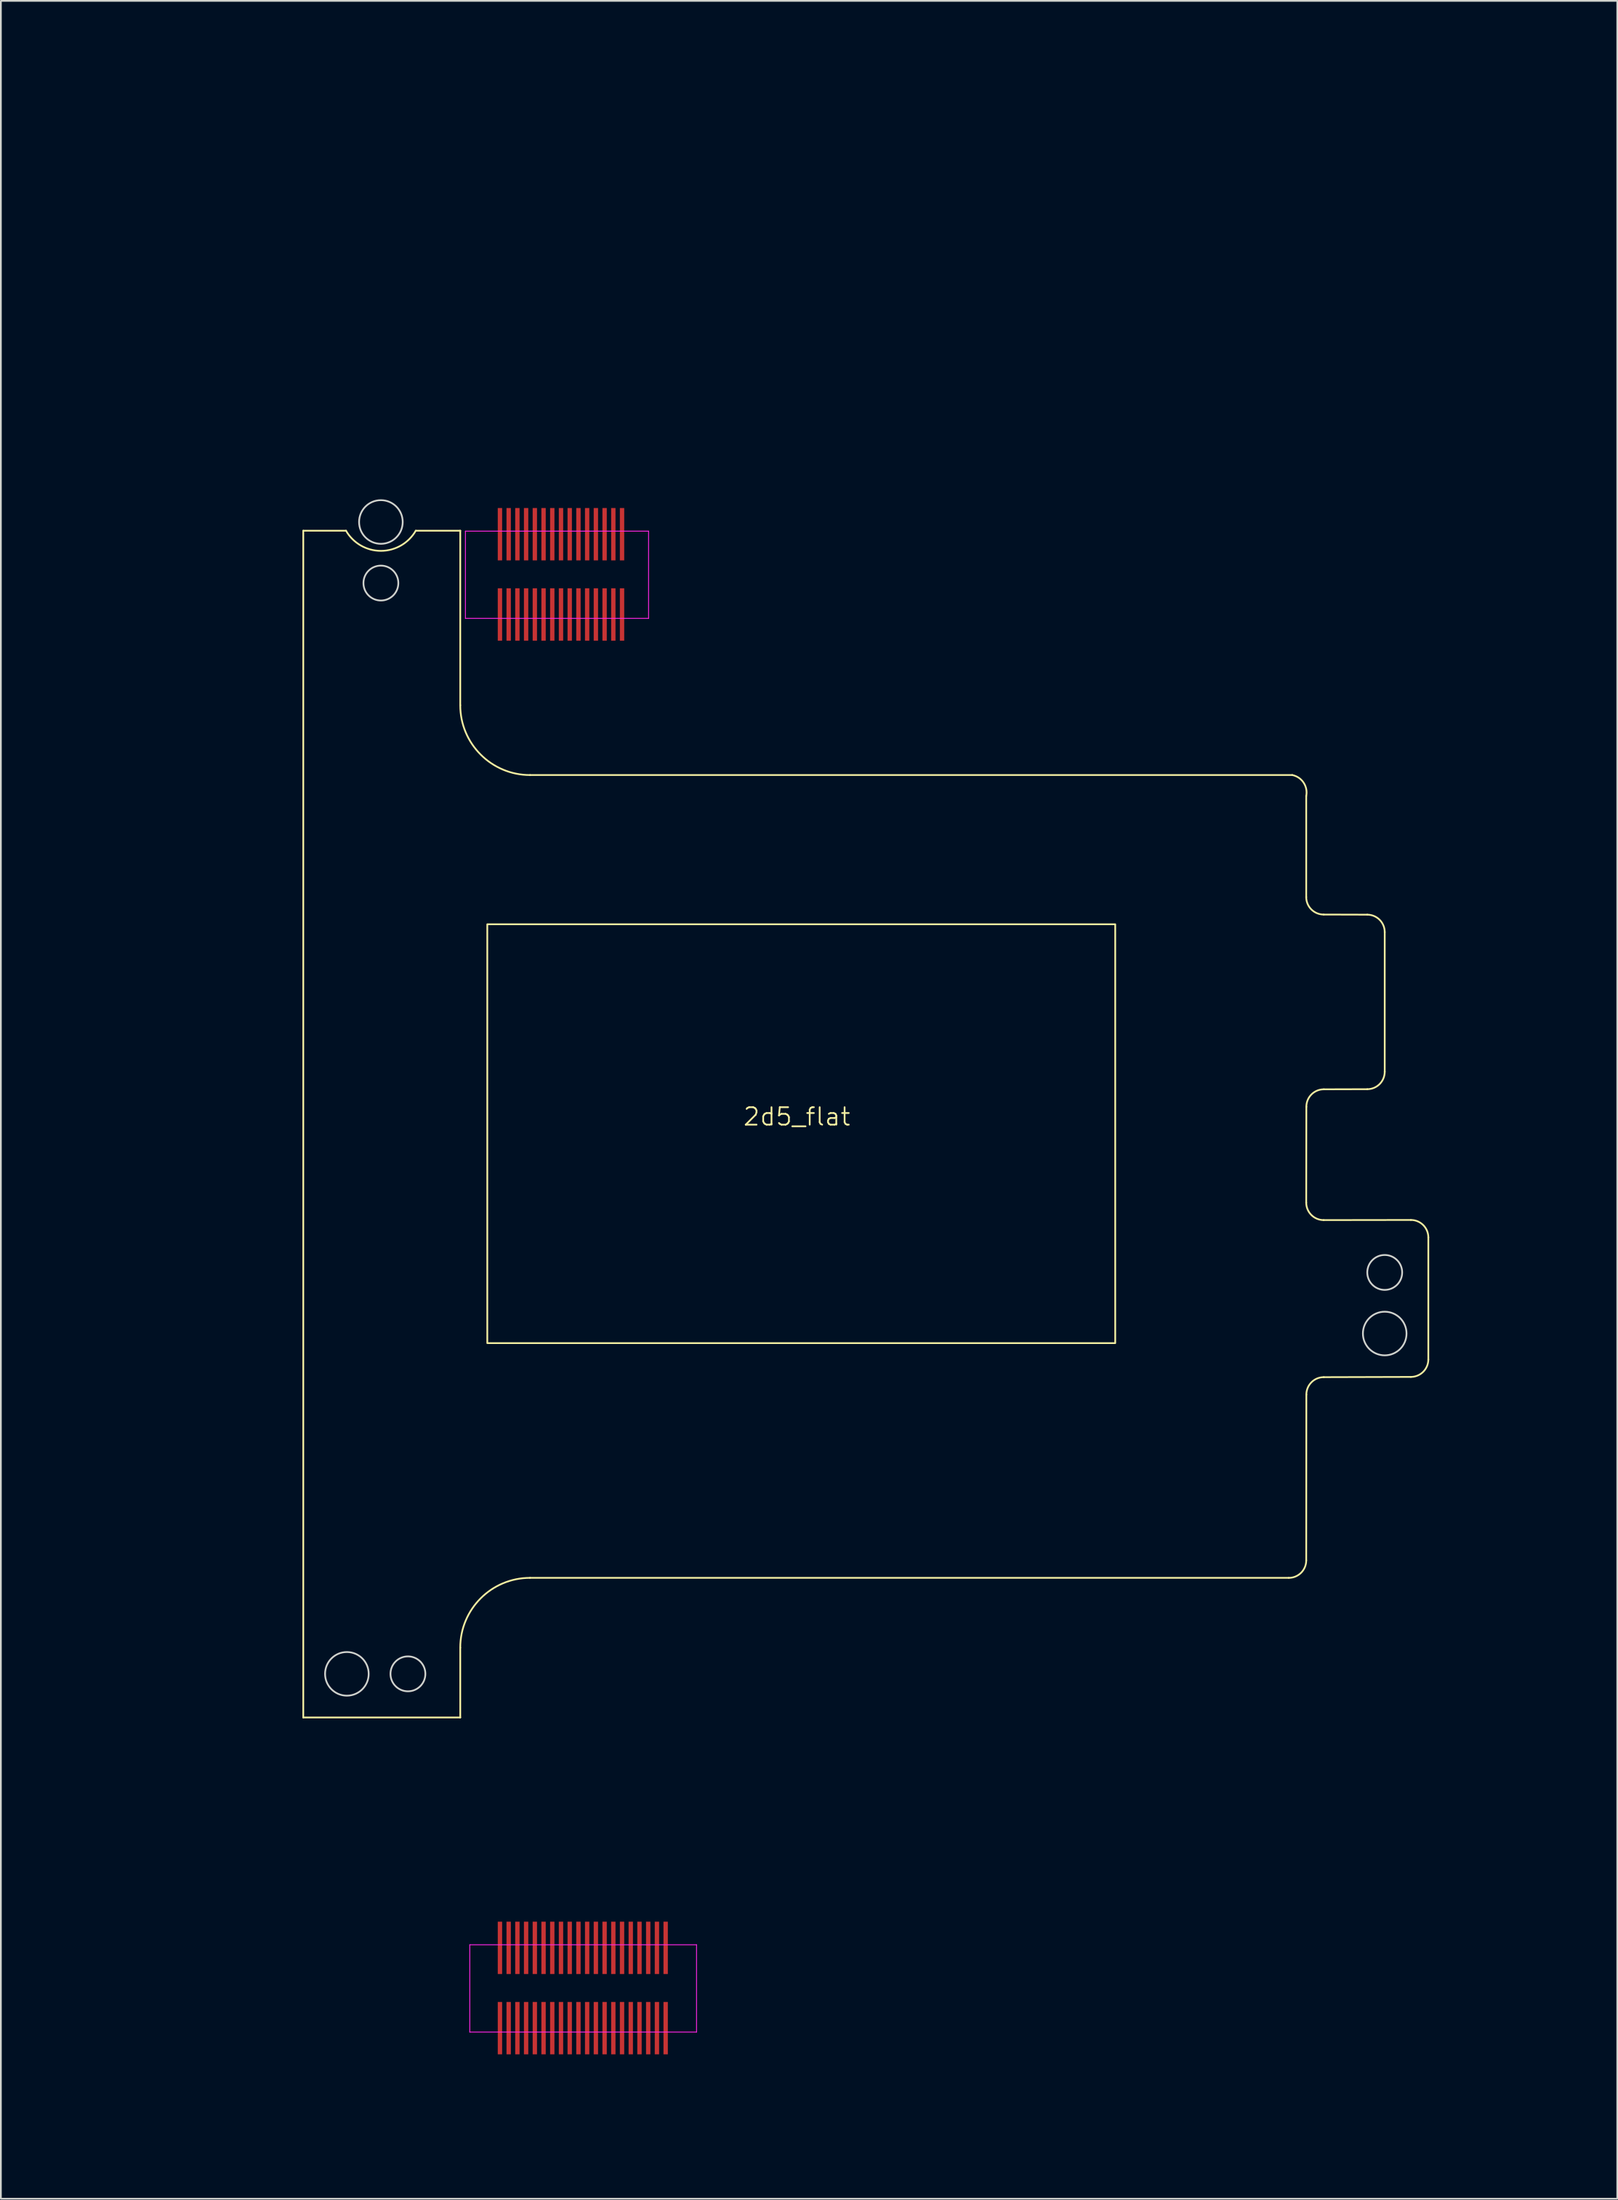
<source format=kicad_pcb>
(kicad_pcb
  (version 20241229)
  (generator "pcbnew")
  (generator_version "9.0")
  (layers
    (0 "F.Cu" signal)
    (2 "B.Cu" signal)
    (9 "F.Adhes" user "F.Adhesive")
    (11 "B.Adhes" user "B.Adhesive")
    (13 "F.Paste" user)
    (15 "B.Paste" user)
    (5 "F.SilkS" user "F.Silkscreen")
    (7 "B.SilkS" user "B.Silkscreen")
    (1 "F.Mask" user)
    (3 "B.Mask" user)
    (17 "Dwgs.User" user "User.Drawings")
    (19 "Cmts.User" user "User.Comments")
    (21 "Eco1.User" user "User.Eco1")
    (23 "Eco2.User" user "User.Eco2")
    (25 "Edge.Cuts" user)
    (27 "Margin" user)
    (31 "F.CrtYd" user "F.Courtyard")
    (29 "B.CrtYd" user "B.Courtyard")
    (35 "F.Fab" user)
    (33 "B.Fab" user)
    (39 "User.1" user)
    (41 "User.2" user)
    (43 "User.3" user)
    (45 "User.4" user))
  (footprint "2d5_flat"
    (layer "F.Cu")
    (at 42.883 61.883)
    (property "Reference" "2d5_flat" (at -0.25 -0.95 0) (unlocked yes) (layer "F.SilkS") (effects (font (size 1 1) (thickness 0.1))))
    (attr smd)
    (fp_line (start -28.546 -34.524) (end -26.096 -34.524) (stroke (width 0.1) (type default)) (layer "F.SilkS"))
    (fp_line (start -28.546 33.476) (end -28.546 -34.524) (stroke (width 0.1) (type default)) (layer "F.SilkS"))
    (fp_line (start -19.546 -34.524) (end -22.096 -34.524) (stroke (width 0.1) (type default)) (layer "F.SilkS"))
    (fp_line (start -19.546 -24.524) (end -19.546 -34.524) (stroke (width 0.1) (type default)) (layer "F.SilkS"))
    (fp_line (start -19.546 33.476) (end -28.546 33.476) (stroke (width 0.1) (type default)) (layer "F.SilkS"))
    (fp_line (start -19.546 33.476) (end -19.546 29.476) (stroke (width 0.1) (type default)) (layer "F.SilkS"))
    (fp_line (start -15.546 -20.524) (end 28.154 -20.524) (stroke (width 0.1) (type default)) (layer "F.SilkS"))
    (fp_line (start -15.546 25.476) (end 27.954 25.476) (stroke (width 0.1) (type default)) (layer "F.SilkS"))
    (fp_line (start 28.954 -19.324) (end 28.954 -13.531) (stroke (width 0.1) (type default)) (layer "F.SilkS"))
    (fp_line (start 28.961 14.976) (end 28.954 24.476) (stroke (width 0.1) (type default)) (layer "F.SilkS"))
    (fp_line (start 28.961 -1.517) (end 28.954 3.976) (stroke (width 0.1) (type default)) (layer "F.SilkS"))
    (fp_line (start 29.954 4.976) (end 34.954 4.969) (stroke (width 0.1) (type default)) (layer "F.SilkS"))
    (fp_line (start 29.954 -12.531) (end 32.454 -12.524) (stroke (width 0.1) (type default)) (layer "F.SilkS"))
    (fp_line (start 32.454 -2.524) (end 29.961 -2.517) (stroke (width 0.1) (type default)) (layer "F.SilkS"))
    (fp_line (start 33.454 -11.524) (end 33.454 -3.524) (stroke (width 0.1) (type default)) (layer "F.SilkS"))
    (fp_line (start 34.954 13.962) (end 29.961 13.976) (stroke (width 0.1) (type default)) (layer "F.SilkS"))
    (fp_line (start 35.954 5.969) (end 35.954 12.962) (stroke (width 0.1) (type default)) (layer "F.SilkS"))
    (fp_rect (start -17.996 -11.974) (end 18.004 12.026) (stroke (width 0.1) (type default)) (fill no) (layer "F.SilkS"))
    (fp_arc (start -22.096322 -34.524111) (mid -24.096322 -33.36941) (end -26.096322 -34.524111) (stroke (width 0.1) (type default)) (layer "F.SilkS"))
    (fp_arc (start -19.546322 29.475889) (mid -18.374749 26.647462) (end -15.546322 25.475889) (stroke (width 0.1) (type default)) (layer "F.SilkS"))
    (fp_arc (start -15.546322 -20.524111) (mid -18.374749 -21.695684) (end -19.546322 -24.524111) (stroke (width 0.1) (type default)) (layer "F.SilkS"))
    (fp_arc (start 28.15368 -20.52411) (mid 28.802206 -20.089795) (end 28.953677 -19.324111) (stroke (width 0.1) (type default)) (layer "F.SilkS"))
    (fp_arc (start 28.953682 24.475889) (mid 28.660789 25.182997) (end 27.953682 25.475889) (stroke (width 0.1) (type default)) (layer "F.SilkS"))
    (fp_arc (start 28.960784 14.975889) (mid 29.253678 14.268784) (end 29.960784 13.975889) (stroke (width 0.1) (type default)) (layer "F.SilkS"))
    (fp_arc (start 28.960785 -1.517005) (mid 29.253677 -2.224113) (end 29.960785 -2.517005) (stroke (width 0.1) (type default)) (layer "F.SilkS"))
    (fp_arc (start 29.953677 4.975889) (mid 29.246571 4.682995) (end 28.953677 3.975889) (stroke (width 0.1) (type default)) (layer "F.SilkS"))
    (fp_arc (start 29.953678 -12.531218) (mid 29.246574 -12.824112) (end 28.953678 -13.531218) (stroke (width 0.1) (type default)) (layer "F.SilkS"))
    (fp_arc (start 32.453678 -12.524111) (mid 33.160785 -12.231218) (end 33.453678 -11.524111) (stroke (width 0.1) (type default)) (layer "F.SilkS"))
    (fp_arc (start 33.453678 -3.524111) (mid 33.160785 -2.817004) (end 32.453678 -2.524111) (stroke (width 0.1) (type default)) (layer "F.SilkS"))
    (fp_arc (start 34.953678 4.968781) (mid 35.660788 5.261674) (end 35.953678 5.968781) (stroke (width 0.1) (type default)) (layer "F.SilkS"))
    (fp_arc (start 35.953678 12.961676) (mid 35.660789 13.668791) (end 34.953678 13.961676) (stroke (width 0.1) (type default)) (layer "F.SilkS"))
    (fp_circle (center -26.046 30.976) (end -26.046 29.726) (stroke (width 0.1) (type default)) (fill no) (layer "Edge.Cuts"))
    (fp_circle (center -24.096 -35.024) (end -22.846 -35.024) (stroke (width 0.1) (type default)) (fill no) (layer "Edge.Cuts"))
    (fp_circle (center -24.096 -31.524) (end -23.096 -31.524) (stroke (width 0.1) (type default)) (fill no) (layer "Edge.Cuts"))
    (fp_circle (center -22.546 30.976) (end -22.546 29.976) (stroke (width 0.1) (type default)) (fill no) (layer "Edge.Cuts"))
    (fp_circle (center 33.454 7.976) (end 32.454 7.976) (stroke (width 0.1) (type default)) (fill no) (layer "Edge.Cuts"))
    (fp_circle (center 33.454 11.476) (end 32.204 11.476) (stroke (width 0.1) (type default)) (fill no) (layer "Edge.Cuts"))
    (fp_line (start -19.25 -29.5) (end -19.25 -34.5) (stroke (width 0.05) (type default)) (layer "F.CrtYd"))
    (fp_line (start -19 46.5) (end -19 51.5) (stroke (width 0.05) (type default)) (layer "F.CrtYd"))
    (fp_line (start -19 46.5) (end -6 46.5) (stroke (width 0.05) (type default)) (layer "F.CrtYd"))
    (fp_line (start -19 51.5) (end -6 51.5) (stroke (width 0.05) (type default)) (layer "F.CrtYd"))
    (fp_line (start -8.75 -34.5) (end -19.25 -34.5) (stroke (width 0.05) (type default)) (layer "F.CrtYd"))
    (fp_line (start -8.75 -34.5) (end -8.75 -29.5) (stroke (width 0.05) (type default)) (layer "F.CrtYd"))
    (fp_line (start -8.75 -29.5) (end -19.25 -29.5) (stroke (width 0.05) (type default)) (layer "F.CrtYd"))
    (fp_line (start -6 46.5) (end -6 51.5) (stroke (width 0.05) (type default)) (layer "F.CrtYd"))
    (dimension (type aligned) (layer "User.1") (pts (xy 14.337 91.759) (xy 16.837 91.759)) (height 11.124) (format (prefix "") (suffix "") (units 3) (units_format 1) (precision 4)) (style (thickness 0.1) (arrow_length 1.27) (text_position_mode 2) (arrow_direction outward) (extension_height 0.586) (extension_offset 0.5) (keep_text_aligned yes)) (gr_text "2.5000 mm" (at 8.883 102.883 0) (layer "User.1") (effects (font (size 1 1) (thickness 0.1)))))
    (dimension (type aligned) (layer "User.1") (pts (xy 29.637 110.859) (xy 29.637 87.359)) (height 17.1) (format (prefix "") (suffix "") (units 3) (units_format 1) (precision 4)) (style (thickness 0.1) (arrow_length 1.27) (text_position_mode 0) (arrow_direction outward) (extension_height 0.586) (extension_offset 0.5) (keep_text_aligned yes)) (gr_text "23.5000 mm" (at 45.637 99.109 90) (layer "User.1") (effects (font (size 1 1) (thickness 0.1)))))
    (dimension (type aligned) (layer "User.1") (pts (xy 78.837 64.759) (xy 60.837 64.709)) (height 16.676) (format (prefix "") (suffix "") (units 3) (units_format 1) (precision 4)) (style (thickness 0.1) (arrow_length 1.27) (text_position_mode 0) (arrow_direction outward) (extension_height 0.586) (extension_offset 0.5) (keep_text_aligned yes)) (gr_text "18.0001 mm" (at 69.887 46.908 -0.159) (layer "User.1") (effects (font (size 1 1) (thickness 0.15)))))
    (dimension (type aligned) (layer "User.1") (pts (xy 76.328 59.359) (xy 76.328 49.359)) (height -4.1) (format (prefix "") (suffix "") (units 3) (units_format 1) (precision 4)) (style (thickness 0.1) (arrow_length 1.27) (text_position_mode 0) (arrow_direction outward) (extension_height 0.586) (extension_offset 0.5) (keep_text_aligned yes)) (gr_text "10.0000 mm" (at 71.078 54.359 90) (layer "User.1") (effects (font (size 1 1) (thickness 0.15)))))
    (dimension (type aligned) (layer "User.1") (pts (xy 78.837 72.559) (xy 76.337 72.559)) (height 7.8) (format (prefix "") (suffix "") (units 3) (units_format 1) (precision 4)) (style (thickness 0.1) (arrow_length 1.27) (text_position_mode 0) (arrow_direction outward) (extension_height 0.586) (extension_offset 0.5) (keep_text_aligned yes)) (gr_text "2.5000 mm" (at 77.587 63.659 0) (layer "User.1") (effects (font (size 1 1) (thickness 0.1)))))
    (dimension (type aligned) (layer "User.1") (pts (xy 76.328 75.859) (xy 76.328 66.859)) (height -4.091) (format (prefix "") (suffix "") (units 3) (units_format 1) (precision 4)) (style (thickness 0.1) (arrow_length 1.27) (text_position_mode 0) (arrow_direction outward) (extension_height 0.586) (extension_offset 0.5) (keep_text_aligned yes)) (gr_text "9.0000 mm" (at 71.087 71.359 90) (layer "User.1") (effects (font (size 1 1) (thickness 0.15)))))
    (dimension (type aligned) (layer "User.1") (pts (xy 76.328 87.359) (xy 76.328 75.859)) (height -4.1) (format (prefix "") (suffix "") (units 3) (units_format 1) (precision 4)) (style (thickness 0.1) (arrow_length 1.27) (text_position_mode 0) (arrow_direction outward) (extension_height 0.586) (extension_offset 0.5) (keep_text_aligned yes)) (gr_text "11.5000 mm" (at 71.078 81.609 90) (layer "User.1") (effects (font (size 1 1) (thickness 0.15)))))
    (dimension (type aligned) (layer "User.1") (pts (xy 16.337 27.359) (xy 16.337 30.359)) (height 7.971) (format (prefix "") (suffix "") (units 3) (units_format 1) (precision 4)) (style (thickness 0.1) (arrow_length 1.27) (text_position_mode 2) (arrow_direction outward) (extension_height 0.586) (extension_offset 0.5) (keep_text_aligned yes)) (gr_text "3.0000 mm" (at 8.383 35.383 90) (layer "User.1") (effects (font (size 1 1) (thickness 0.1)))))
    (dimension (type aligned) (layer "User.1") (pts (xy 36.187 27.359) (xy 36.187 49.859)) (height -10.3) (format (prefix "") (suffix "") (units 3) (units_format 1) (precision 4)) (style (thickness 0.1) (arrow_length 1.27) (text_position_mode 0) (arrow_direction outward) (extension_height 0.586) (extension_offset 0.5) (keep_text_aligned yes)) (gr_text "22.5000 mm" (at 45.387 38.609 90) (layer "User.1") (effects (font (size 1 1) (thickness 0.1)))))
    (dimension (type aligned) (layer "User.1") (pts (xy 75.587 75.859) (xy 75.587 73.359)) (height 7.8) (format (prefix "") (suffix "") (units 3) (units_format 1) (precision 4)) (style (thickness 0.1) (arrow_length 1.27) (text_position_mode 0) (arrow_direction outward) (extension_height 0.586) (extension_offset 0.5) (keep_text_aligned yes)) (gr_text "2.5000 mm" (at 82.287 74.609 90) (layer "User.1") (effects (font (size 1 1) (thickness 0.1)))))
    (dimension (type aligned) (layer "User.1") (pts (xy 21.887 95.359) (xy 21.887 92.859)) (height 7.8) (format (prefix "") (suffix "") (units 3) (units_format 1) (precision 4)) (style (thickness 0.1) (arrow_length 1.27) (text_position_mode 2) (arrow_direction outward) (extension_height 0.586) (extension_offset 0.5) (keep_text_aligned yes)) (gr_text "2.5000 mm" (at 31.383 94.109 90) (layer "User.1") (effects (font (size 1 1) (thickness 0.1)))))
    (dimension (type aligned) (layer "User.1") (pts (xy 22.687 30.359) (xy 22.687 26.859)) (height -18.332) (format (prefix "") (suffix "") (units 3) (units_format 1) (precision 4)) (style (thickness 0.1) (arrow_length 1.27) (text_position_mode 2) (arrow_direction outward) (extension_height 0.586) (extension_offset 0.5) (keep_text_aligned yes)) (gr_text "3.5000 mm" (at 4.383 35.383 90) (layer "User.1") (effects (font (size 1 1) (thickness 0.1)))))
    (dimension (type aligned) (layer "User.1") (pts (xy 76.328 53.961) (xy 71.828 53.961)) (height -0.4) (format (prefix "") (suffix "") (units 3) (units_format 1) (precision 4)) (style (thickness 0.1) (arrow_length 1.27) (text_position_mode 0) (arrow_direction outward) (extension_height 0.586) (extension_offset 0.5) (keep_text_aligned yes)) (gr_text "4.5000 mm" (at 74.078 53.211 0) (layer "User.1") (effects (font (size 1 1) (thickness 0.15)))))
    (dimension (type aligned) (layer "User.1") (pts (xy 34.787 108.559) (xy 71.837 108.559)) (height 9.839) (format (prefix "") (suffix "") (units 3) (units_format 1) (precision 4)) (style (thickness 0.1) (arrow_length 1.27) (text_position_mode 0) (arrow_direction outward) (extension_height 0.586) (extension_offset 0.5) (keep_text_aligned yes)) (gr_text "37.0500 mm" (at 53.312 117.298 0) (layer "User.1") (effects (font (size 1 1) (thickness 0.1)))))
    (dimension (type aligned) (layer "User.1") (pts (xy 14.337 90.059) (xy 23.337 90.059)) (height 0) (format (prefix "") (suffix "") (units 3) (units_format 1) (precision 4)) (style (thickness 0.1) (arrow_length 1.27) (text_position_mode 0) (arrow_direction outward) (extension_height 0.586) (extension_offset 10) (keep_text_aligned yes)) (gr_text "9.0000 mm" (at 18.837 88.909 0) (layer "User.1") (effects (font (size 1 1) (thickness 0.15)))))
    (dimension (type aligned) (layer "User.1") (pts (xy 14.337 35.509) (xy 18.787 35.509)) (height -11.626) (format (prefix "") (suffix "") (units 3) (units_format 1) (precision 4)) (style (thickness 0.1) (arrow_length 1.27) (text_position_mode 2) (arrow_direction outward) (extension_height 0.586) (extension_offset 0.5) (keep_text_aligned yes)) (gr_text "4.4500 mm" (at 9.383 23.883 0) (layer "User.1") (effects (font (size 1 1) (thickness 0.1)))))
    (dimension (type aligned) (layer "User.1") (pts (xy 18.437 87.359) (xy 18.437 95.359)) (height 8.304) (format (prefix "") (suffix "") (units 3) (units_format 1) (precision 4)) (style (thickness 0.1) (arrow_length 1.27) (text_position_mode 0) (arrow_direction outward) (extension_height 0.586) (extension_offset 0.5) (keep_text_aligned yes)) (gr_text "8.0000 mm" (at 8.983 91.359 90) (layer "User.1") (effects (font (size 1 1) (thickness 0.15)))))
    (dimension (type aligned) (layer "User.1") (pts (xy 23.337 34.959) (xy 14.337 34.959)) (height 0) (format (prefix "") (suffix "") (units 3) (units_format 1) (precision 4)) (style (thickness 0.1) (arrow_length 1.27) (text_position_mode 0) (arrow_direction outward) (extension_height 0.586) (extension_offset 10) (keep_text_aligned yes)) (gr_text "9.0000 mm" (at 18.837 33.809 0) (layer "User.1") (effects (font (size 1 1) (thickness 0.15)))))
    (dimension (type aligned) (layer "User.1") (pts (xy 76.328 66.859) (xy 76.328 59.359)) (height -4.1) (format (prefix "") (suffix "") (units 3) (units_format 1) (precision 4)) (style (thickness 0.1) (arrow_length 1.27) (text_position_mode 0) (arrow_direction outward) (extension_height 0.586) (extension_offset 0.5) (keep_text_aligned yes)) (gr_text "7.5000 mm" (at 71.078 63.109 90) (layer "User.1") (effects (font (size 1 1) (thickness 0.15)))))
    (dimension (type aligned) (layer "User.1") (pts (xy 25.337 108.559) (xy 14.337 108.559)) (height 91.8) (format (prefix "") (suffix "") (units 3) (units_format 1) (precision 4)) (style (thickness 0.1) (arrow_length 1.27) (text_position_mode 0) (arrow_direction outward) (extension_height 0.586) (extension_offset 0.5) (keep_text_aligned yes)) (gr_text "11.0000 mm" (at 19.837 15.609 0) (layer "User.1") (effects (font (size 1 1) (thickness 0.15)))))
    (dimension (type aligned) (layer "User.1") (pts (xy 29.637 29.859) (xy 29.637 41.359)) (height -11.9) (format (prefix "") (suffix "") (units 3) (units_format 1) (precision 4)) (style (thickness 0.1) (arrow_length 1.27) (text_position_mode 0) (arrow_direction outward) (extension_height 0.586) (extension_offset 0.5) (keep_text_aligned yes)) (gr_text "11.5000 mm" (at 40.437 35.609 90) (layer "User.1") (effects (font (size 1 1) (thickness 0.1)))))
    (dimension (type aligned) (layer "User.1") (pts (xy 36.187 41.359) (xy 36.187 27.359)) (height 1.981) (format (prefix "") (suffix "") (units 3) (units_format 1) (precision 4)) (style (thickness 0.1) (arrow_length 1.27) (text_position_mode 0) (arrow_direction outward) (extension_height 0.586) (extension_offset 0.5) (keep_text_aligned yes)) (gr_text "14.0000 mm" (at 37.019 34.359 90) (layer "User.1") (effects (font (size 1 1) (thickness 0.15)))))
    (dimension (type aligned) (layer "User.1") (pts (xy 78.837 70.859) (xy 71.837 70.859)) (height -1.7) (format (prefix "") (suffix "") (units 3) (units_format 1) (precision 4)) (style (thickness 0.1) (arrow_length 1.27) (text_position_mode 0) (arrow_direction outward) (extension_height 0.586) (extension_offset 0.5) (keep_text_aligned yes)) (gr_text "7.0000 mm" (at 75.337 71.409 0) (layer "User.1") (effects (font (size 1 1) (thickness 0.15)))))
    (dimension (type aligned) (layer "User.1") (pts (xy 29.637 29.859) (xy 29.637 110.859)) (height 5.796) (format (prefix "") (suffix "") (units 3) (units_format 1) (precision 4)) (style (thickness 0.1) (arrow_length 1.27) (text_position_mode 2) (arrow_direction outward) (extension_height 0.586) (extension_offset 0.5) (keep_text_aligned yes)) (gr_text "81.0000 mm" (at 23.383 65.383 90) (layer "User.1") (effects (font (size 1 1) (thickness 0.15)))))
    (dimension (type aligned) (layer "User.1") (pts (xy 24.887 60.859) (xy 42.887 60.859)) (height 6.8) (format (prefix "") (suffix "") (units 3) (units_format 1) (precision 4)) (style (thickness 0.1) (arrow_length 1.27) (text_position_mode 0) (arrow_direction outward) (extension_height 0.586) (extension_offset 0.5) (keep_text_aligned yes)) (gr_text "18.0000 mm" (at 33.887 66.509 0) (layer "User.1") (effects (font (size 1 1) (thickness 0.15)))))
    (dimension (type aligned) (layer "User.1") (pts (xy 36.737 49.909) (xy 36.737 61.909)) (height -15.4) (format (prefix "") (suffix "") (units 3) (units_format 1) (precision 4)) (style (thickness 0.1) (arrow_length 1.27) (text_position_mode 0) (arrow_direction outward) (extension_height 0.586) (extension_offset 0.5) (keep_text_aligned yes)) (gr_text "12.0000 mm" (at 50.987 55.909 90) (layer "User.1") (effects (font (size 1 1) (thickness 0.15)))))
    (dimension (type aligned) (layer "User.2") (pts (xy 71.837 120.382) (xy 14.337 120.385)) (height 118.523) (format (prefix "") (suffix "") (units 3) (units_format 1) (precision 4)) (style (thickness 0.1) (arrow_length 1.27) (text_position_mode 0) (arrow_direction outward) (extension_height 0.586) (extension_offset 0.5) (keep_text_aligned yes)) (gr_text "57.5000 mm" (at 43.08 0.76 0.004) (layer "User.2") (effects (font (size 1 1) (thickness 0.1)))))
    (pad "C3" smd rect (at -10.271 -34.324 180) (size 0.25 3) (layers "F.Cu" "F.Mask" "F.Paste"))
    (pad "C4" smd rect (at -10.771 -34.324 180) (size 0.25 3) (layers "F.Cu" "F.Mask" "F.Paste"))
    (pad "C5" smd rect (at -11.271 -34.324 180) (size 0.25 3) (layers "F.Cu" "F.Mask" "F.Paste"))
    (pad "C6" smd rect (at -11.771 -34.324 180) (size 0.25 3) (layers "F.Cu" "F.Mask" "F.Paste"))
    (pad "C7" smd rect (at -12.271 -34.324 180) (size 0.25 3) (layers "F.Cu" "F.Mask" "F.Paste"))
    (pad "C8" smd rect (at -12.771 -34.324 180) (size 0.25 3) (layers "F.Cu" "F.Mask" "F.Paste"))
    (pad "C9" smd rect (at -13.271 -34.324 180) (size 0.25 3) (layers "F.Cu" "F.Mask" "F.Paste"))
    (pad "C10" smd rect (at -13.771 -34.324 180) (size 0.25 3) (layers "F.Cu" "F.Mask" "F.Paste"))
    (pad "C11" smd rect (at -14.271 -34.324 180) (size 0.25 3) (layers "F.Cu" "F.Mask" "F.Paste"))
    (pad "C12" smd rect (at -14.771 -34.324 180) (size 0.25 3) (layers "F.Cu" "F.Mask" "F.Paste"))
    (pad "C13" smd rect (at -15.271 -34.324 180) (size 0.25 3) (layers "F.Cu" "F.Mask" "F.Paste"))
    (pad "C14" smd rect (at -15.771 -34.324 180) (size 0.25 3) (layers "F.Cu" "F.Mask" "F.Paste"))
    (pad "C15" smd rect (at -16.271 -34.324 180) (size 0.25 3) (layers "F.Cu" "F.Mask" "F.Paste"))
    (pad "C16" smd rect (at -16.771 -34.324 180) (size 0.25 3) (layers "F.Cu" "F.Mask" "F.Paste"))
    (pad "C17" smd rect (at -17.271 -34.324 180) (size 0.25 3) (layers "F.Cu" "F.Mask" "F.Paste"))
    (pad "D3" smd rect (at -10.271 -29.724 180) (size 0.25 3) (layers "F.Cu" "F.Mask" "F.Paste"))
    (pad "D4" smd rect (at -10.771 -29.724 180) (size 0.25 3) (layers "F.Cu" "F.Mask" "F.Paste"))
    (pad "D5" smd rect (at -11.271 -29.724 180) (size 0.25 3) (layers "F.Cu" "F.Mask" "F.Paste"))
    (pad "D6" smd rect (at -11.771 -29.724 180) (size 0.25 3) (layers "F.Cu" "F.Mask" "F.Paste"))
    (pad "D7" smd rect (at -12.271 -29.724 180) (size 0.25 3) (layers "F.Cu" "F.Mask" "F.Paste"))
    (pad "D8" smd rect (at -12.771 -29.724 180) (size 0.25 3) (layers "F.Cu" "F.Mask" "F.Paste"))
    (pad "D9" smd rect (at -13.271 -29.724 180) (size 0.25 3) (layers "F.Cu" "F.Mask" "F.Paste"))
    (pad "D10" smd rect (at -13.771 -29.724 180) (size 0.25 3) (layers "F.Cu" "F.Mask" "F.Paste"))
    (pad "D11" smd rect (at -14.271 -29.724 180) (size 0.25 3) (layers "F.Cu" "F.Mask" "F.Paste"))
    (pad "D12" smd rect (at -14.771 -29.724 180) (size 0.25 3) (layers "F.Cu" "F.Mask" "F.Paste"))
    (pad "D13" smd rect (at -15.271 -29.724 180) (size 0.25 3) (layers "F.Cu" "F.Mask" "F.Paste"))
    (pad "D14" smd rect (at -15.771 -29.724 180) (size 0.25 3) (layers "F.Cu" "F.Mask" "F.Paste"))
    (pad "D15" smd rect (at -16.271 -29.724 180) (size 0.25 3) (layers "F.Cu" "F.Mask" "F.Paste"))
    (pad "D16" smd rect (at -16.771 -29.724 180) (size 0.25 3) (layers "F.Cu" "F.Mask" "F.Paste"))
    (pad "D17" smd rect (at -17.271 -29.724 180) (size 0.25 3) (layers "F.Cu" "F.Mask" "F.Paste"))
    (pad "I3" smd rect (at -7.771 46.676 180) (size 0.25 3) (layers "F.Cu" "F.Mask" "F.Paste"))
    (pad "I4" smd rect (at -8.271 46.676 180) (size 0.25 3) (layers "F.Cu" "F.Mask" "F.Paste"))
    (pad "I5" smd rect (at -8.771 46.676 180) (size 0.25 3) (layers "F.Cu" "F.Mask" "F.Paste"))
    (pad "I6" smd rect (at -9.271 46.676 180) (size 0.25 3) (layers "F.Cu" "F.Mask" "F.Paste"))
    (pad "I7" smd rect (at -9.771 46.676 180) (size 0.25 3) (layers "F.Cu" "F.Mask" "F.Paste"))
    (pad "I8" smd rect (at -10.271 46.676 180) (size 0.25 3) (layers "F.Cu" "F.Mask" "F.Paste"))
    (pad "I9" smd rect (at -10.771 46.676 180) (size 0.25 3) (layers "F.Cu" "F.Mask" "F.Paste"))
    (pad "I10" smd rect (at -11.271 46.676 180) (size 0.25 3) (layers "F.Cu" "F.Mask" "F.Paste"))
    (pad "I11" smd rect (at -11.771 46.676 180) (size 0.25 3) (layers "F.Cu" "F.Mask" "F.Paste"))
    (pad "I12" smd rect (at -12.271 46.676 180) (size 0.25 3) (layers "F.Cu" "F.Mask" "F.Paste"))
    (pad "I13" smd rect (at -12.771 46.676 180) (size 0.25 3) (layers "F.Cu" "F.Mask" "F.Paste"))
    (pad "I14" smd rect (at -13.271 46.676 180) (size 0.25 3) (layers "F.Cu" "F.Mask" "F.Paste"))
    (pad "I15" smd rect (at -13.771 46.676 180) (size 0.25 3) (layers "F.Cu" "F.Mask" "F.Paste"))
    (pad "I16" smd rect (at -14.271 46.676 180) (size 0.25 3) (layers "F.Cu" "F.Mask" "F.Paste"))
    (pad "I17" smd rect (at -14.771 46.676 180) (size 0.25 3) (layers "F.Cu" "F.Mask" "F.Paste"))
    (pad "I18" smd rect (at -15.271 46.676 180) (size 0.25 3) (layers "F.Cu" "F.Mask" "F.Paste"))
    (pad "I19" smd rect (at -15.771 46.676 180) (size 0.25 3) (layers "F.Cu" "F.Mask" "F.Paste"))
    (pad "I20" smd rect (at -16.271 46.676 180) (size 0.25 3) (layers "F.Cu" "F.Mask" "F.Paste"))
    (pad "I21" smd rect (at -16.771 46.676 180) (size 0.25 3) (layers "F.Cu" "F.Mask" "F.Paste"))
    (pad "I22" smd rect (at -17.271 46.676 180) (size 0.25 3) (layers "F.Cu" "F.Mask" "F.Paste"))
    (pad "J3" smd rect (at -7.771 51.276 180) (size 0.25 3) (layers "F.Cu" "F.Mask" "F.Paste"))
    (pad "J4" smd rect (at -8.271 51.276 180) (size 0.25 3) (layers "F.Cu" "F.Mask" "F.Paste"))
    (pad "J5" smd rect (at -8.771 51.276 180) (size 0.25 3) (layers "F.Cu" "F.Mask" "F.Paste"))
    (pad "J6" smd rect (at -9.271 51.276 180) (size 0.25 3) (layers "F.Cu" "F.Mask" "F.Paste"))
    (pad "J7" smd rect (at -9.771 51.276 180) (size 0.25 3) (layers "F.Cu" "F.Mask" "F.Paste"))
    (pad "J8" smd rect (at -10.271 51.276 180) (size 0.25 3) (layers "F.Cu" "F.Mask" "F.Paste"))
    (pad "J9" smd rect (at -10.771 51.276 180) (size 0.25 3) (layers "F.Cu" "F.Mask" "F.Paste"))
    (pad "J10" smd rect (at -11.271 51.276 180) (size 0.25 3) (layers "F.Cu" "F.Mask" "F.Paste"))
    (pad "J11" smd rect (at -11.771 51.276 180) (size 0.25 3) (layers "F.Cu" "F.Mask" "F.Paste"))
    (pad "J12" smd rect (at -12.271 51.276 180) (size 0.25 3) (layers "F.Cu" "F.Mask" "F.Paste"))
    (pad "J13" smd rect (at -12.771 51.276 180) (size 0.25 3) (layers "F.Cu" "F.Mask" "F.Paste"))
    (pad "J14" smd rect (at -13.271 51.276 180) (size 0.25 3) (layers "F.Cu" "F.Mask" "F.Paste"))
    (pad "J15" smd rect (at -13.771 51.276 180) (size 0.25 3) (layers "F.Cu" "F.Mask" "F.Paste"))
    (pad "J16" smd rect (at -14.271 51.276 180) (size 0.25 3) (layers "F.Cu" "F.Mask" "F.Paste"))
    (pad "J17" smd rect (at -14.771 51.276 180) (size 0.25 3) (layers "F.Cu" "F.Mask" "F.Paste"))
    (pad "J18" smd rect (at -15.271 51.276 180) (size 0.25 3) (layers "F.Cu" "F.Mask" "F.Paste"))
    (pad "J19" smd rect (at -15.771 51.276 180) (size 0.25 3) (layers "F.Cu" "F.Mask" "F.Paste"))
    (pad "J20" smd rect (at -16.271 51.276 180) (size 0.25 3) (layers "F.Cu" "F.Mask" "F.Paste"))
    (pad "J21" smd rect (at -16.771 51.276 180) (size 0.25 3) (layers "F.Cu" "F.Mask" "F.Paste"))
    (pad "J22" smd rect (at -17.271 51.276 180) (size 0.25 3) (layers "F.Cu" "F.Mask" "F.Paste")))
  (gr_rect
    (start -3 -3)
    (end 89.67 122.935)
    (stroke (width 0.1) (type default))
    (fill no)
    (layer "Edge.Cuts")))
</source>
